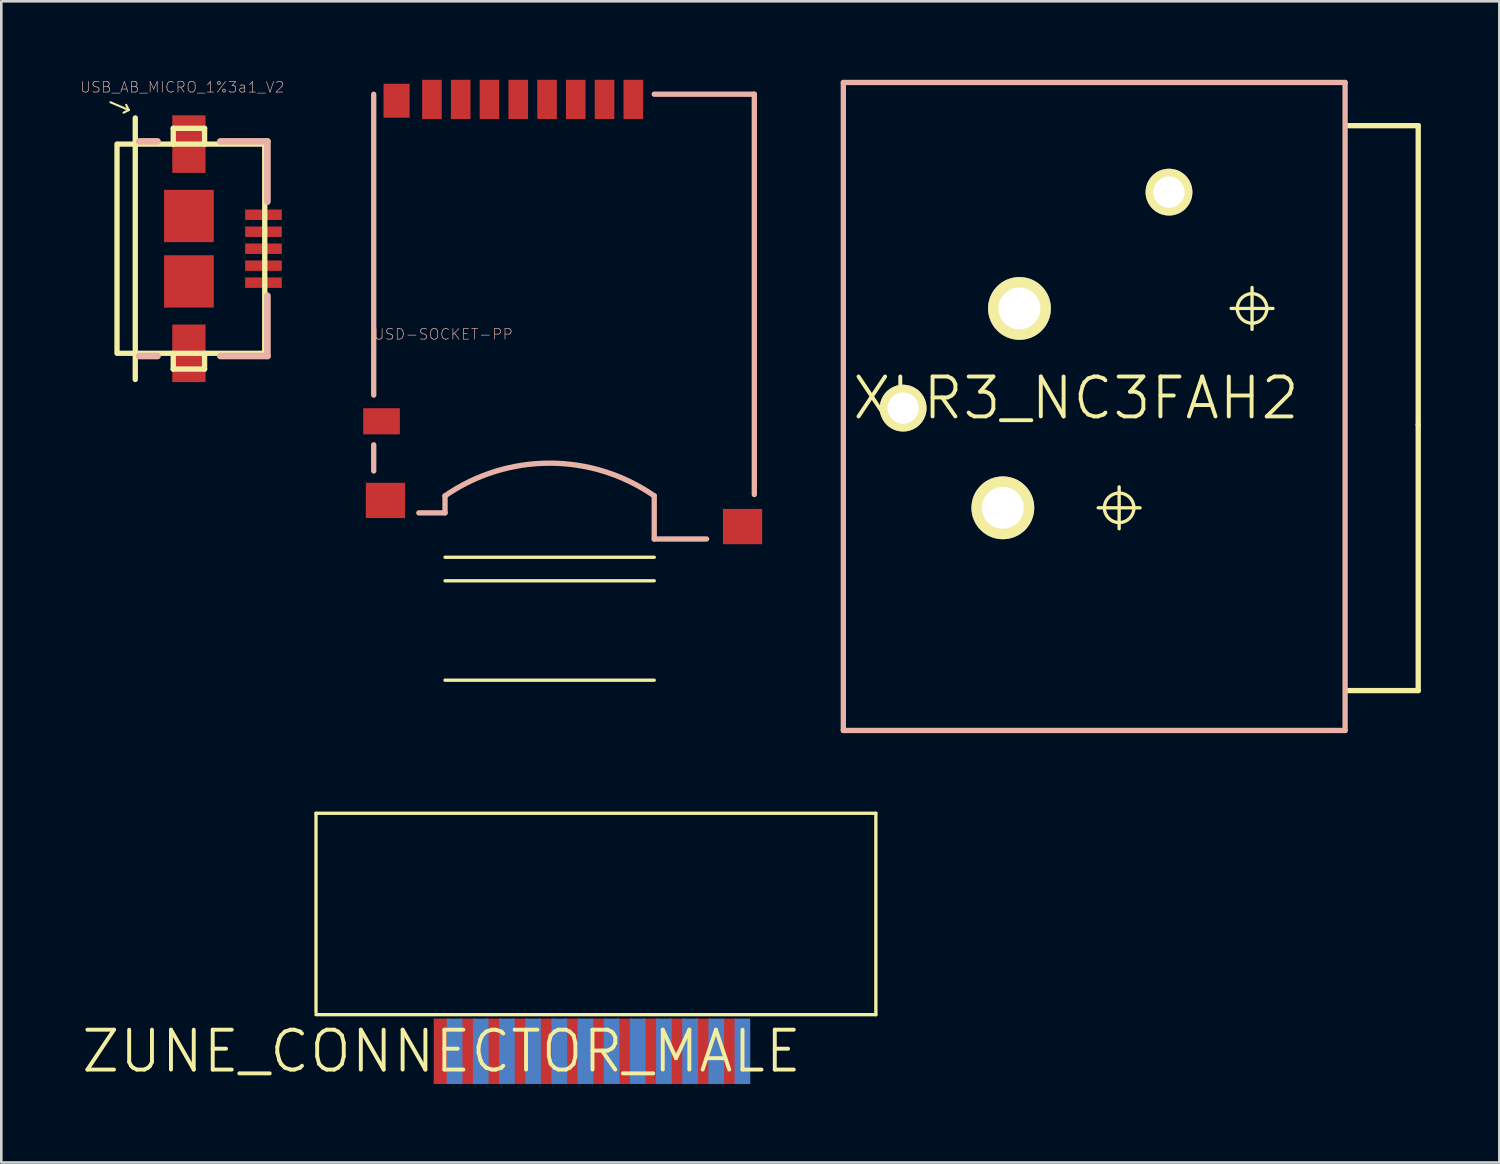
<source format=kicad_pcb>
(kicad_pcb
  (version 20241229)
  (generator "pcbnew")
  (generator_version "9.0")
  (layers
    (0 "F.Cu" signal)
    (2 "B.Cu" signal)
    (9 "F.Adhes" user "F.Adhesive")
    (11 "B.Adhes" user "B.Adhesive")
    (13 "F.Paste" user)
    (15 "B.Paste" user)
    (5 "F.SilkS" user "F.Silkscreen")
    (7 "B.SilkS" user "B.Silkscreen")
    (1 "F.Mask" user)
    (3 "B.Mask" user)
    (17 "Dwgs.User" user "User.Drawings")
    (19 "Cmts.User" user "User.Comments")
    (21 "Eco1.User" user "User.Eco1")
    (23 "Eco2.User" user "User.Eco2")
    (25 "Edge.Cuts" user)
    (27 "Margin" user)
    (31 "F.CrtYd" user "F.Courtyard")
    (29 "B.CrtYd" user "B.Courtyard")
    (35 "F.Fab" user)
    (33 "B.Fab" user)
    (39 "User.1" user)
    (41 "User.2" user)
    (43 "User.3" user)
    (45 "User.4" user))
  (footprint "USD-SOCKET-PP"
    (layer "F.Cu")
    (at 17.956 17.549)
    (property "Reference" "USD-SOCKET-PP" (at -4.064 -7.823 0) (layer "B.SilkS") (effects (font (size 0.406 0.406) (thickness 0.025))))
    (attr smd)
    (fp_line (start 3.998 0.699) (end -3.998 0.699) (stroke (width 0.127) (type solid)) (layer "F.SilkS"))
    (fp_line (start 3.998 1.598) (end -3.998 1.598) (stroke (width 0.127) (type solid)) (layer "F.SilkS"))
    (fp_line (start 3.998 5.397) (end -3.998 5.397) (stroke (width 0.127) (type solid)) (layer "F.SilkS"))
    (fp_line (start -6.723 -5.499) (end -6.723 -16.998) (stroke (width 0.203) (type solid)) (layer "B.SilkS"))
    (fp_line (start -6.723 -3.599) (end -6.723 -2.598) (stroke (width 0.203) (type solid)) (layer "B.SilkS"))
    (fp_line (start -3.998 -1.648) (end -3.998 -0.998) (stroke (width 0.203) (type solid)) (layer "B.SilkS"))
    (fp_line (start -3.998 -0.998) (end -4.999 -0.998) (stroke (width 0.203) (type solid)) (layer "B.SilkS"))
    (fp_line (start 3.998 -16.998) (end 7.823 -16.998) (stroke (width 0.203) (type solid)) (layer "B.SilkS"))
    (fp_line (start 3.998 0) (end 3.998 -1.648) (stroke (width 0.203) (type solid)) (layer "B.SilkS"))
    (fp_line (start 5.999 0) (end 3.998 0) (stroke (width 0.203) (type solid)) (layer "B.SilkS"))
    (fp_line (start 7.823 -16.998) (end 7.823 -1.699) (stroke (width 0.203) (type solid)) (layer "B.SilkS"))
    (fp_arc (start -3.99796 -1.64846) (mid -0.000209 -2.89758) (end 3.997616 -1.648698) (stroke (width 0.2032) (type solid)) (layer "B.SilkS"))
    (pad "1" smd rect (at 3.198 -16.8) (size 0.749 1.499) (layers "F.Cu" "F.Mask" "F.Paste"))
    (pad "2" smd rect (at 2.098 -16.8) (size 0.749 1.499) (layers "F.Cu" "F.Mask" "F.Paste"))
    (pad "3" smd rect (at 0.998 -16.8) (size 0.749 1.499) (layers "F.Cu" "F.Mask" "F.Paste"))
    (pad "4" smd rect (at -0.099 -16.8) (size 0.749 1.499) (layers "F.Cu" "F.Mask" "F.Paste"))
    (pad "5" smd rect (at -1.199 -16.8) (size 0.749 1.499) (layers "F.Cu" "F.Mask" "F.Paste"))
    (pad "6" smd rect (at -2.299 -16.8) (size 0.749 1.499) (layers "F.Cu" "F.Mask" "F.Paste"))
    (pad "7" smd rect (at -3.399 -16.8) (size 0.749 1.499) (layers "F.Cu" "F.Mask" "F.Paste"))
    (pad "8" smd rect (at -4.498 -16.8) (size 0.749 1.499) (layers "F.Cu" "F.Mask" "F.Paste"))
    (pad "CD1" smd rect (at -5.85 -16.749) (size 0.998 1.298) (layers "F.Cu" "F.Mask" "F.Paste"))
    (pad "CD2" smd rect (at -6.424 -4.498) (size 1.4 0.998) (layers "F.Cu" "F.Mask" "F.Paste"))
    (pad "GND1" smd rect (at -6.274 -1.473) (size 1.499 1.349) (layers "F.Cu" "F.Mask" "F.Paste"))
    (pad "GND2" smd rect (at 7.374 -0.475) (size 1.499 1.349) (layers "F.Cu" "F.Mask" "F.Paste")))
  (footprint "XLR3_NC3FAH2"
    (layer "F.Cu")
    (at 38.071 12.167)
    (property "Reference" "XLR3_NC3FAH2" (at 0 0 0) (layer "F.SilkS") (effects (font (size 1.524 1.524) (thickness 0.15))))
    (attr exclude_from_pos_files exclude_from_bom)
    (fp_line (start 0.851 4.191) (end 2.451 4.191) (stroke (width 0.127) (type solid)) (layer "F.SilkS"))
    (fp_line (start 1.651 4.991) (end 1.651 3.391) (stroke (width 0.127) (type solid)) (layer "F.SilkS"))
    (fp_line (start 5.931 -3.429) (end 7.531 -3.429) (stroke (width 0.127) (type solid)) (layer "F.SilkS"))
    (fp_line (start 6.731 -2.629) (end 6.731 -4.229) (stroke (width 0.127) (type solid)) (layer "F.SilkS"))
    (fp_line (start 10.414 11.176) (end 13.081 11.176) (stroke (width 0.203) (type solid)) (layer "F.SilkS"))
    (fp_line (start 13.081 -10.414) (end 10.414 -10.414) (stroke (width 0.203) (type solid)) (layer "F.SilkS"))
    (fp_line (start 13.081 1.016) (end 13.081 -10.414) (stroke (width 0.203) (type solid)) (layer "F.SilkS"))
    (fp_line (start 13.081 11.176) (end 13.081 1.016) (stroke (width 0.203) (type solid)) (layer "F.SilkS"))
    (fp_circle (center 1.651 4.191) (end 2.05 4.59) (stroke (width 0.127) (type solid)) (fill no) (layer "F.SilkS"))
    (fp_circle (center 6.731 -3.429) (end 7.13 -3.828) (stroke (width 0.127) (type solid)) (fill no) (layer "F.SilkS"))
    (fp_line (start -8.89 -12.065) (end -8.89 12.7) (stroke (width 0.203) (type solid)) (layer "B.SilkS"))
    (fp_line (start -8.89 12.7) (end 10.287 12.7) (stroke (width 0.203) (type solid)) (layer "B.SilkS"))
    (fp_line (start 10.287 -12.065) (end -8.89 -12.065) (stroke (width 0.203) (type solid)) (layer "B.SilkS"))
    (fp_line (start 10.287 12.7) (end 10.287 -12.065) (stroke (width 0.203) (type solid)) (layer "B.SilkS"))
    (pad "1" thru_hole circle (at -2.159 -3.429) (size 2.4 2.4) (drill 1.6) (layers "*.Cu" "F.Mask" "F.SilkS" "F.Paste"))
    (pad "2" thru_hole circle (at -2.794 4.191) (size 2.4 2.4) (drill 1.6) (layers "*.Cu" "F.Mask" "F.SilkS" "F.Paste"))
    (pad "3" thru_hole circle (at -6.604 0.381) (size 1.788 1.788) (drill 1.194) (layers "*.Cu" "F.Mask" "F.SilkS" "F.Paste"))
    (pad "G" thru_hole circle (at 3.556 -7.874) (size 1.788 1.788) (drill 1.194) (layers "*.Cu" "F.Mask" "F.SilkS" "F.Paste")))
  (footprint "ZUNE_CONNECTOR_MALE"
    (layer "F.Cu")
    (at 13.825 37.13)
    (property "Reference" "ZUNE_CONNECTOR_MALE" (at 0 0 0) (layer "F.SilkS") (effects (font (size 1.524 1.524) (thickness 0.15))))
    (attr smd)
    (fp_line (start -4.798 -9.098) (end -4.798 -1.499) (stroke (width 0.127) (type solid)) (layer "F.SilkS"))
    (fp_line (start -4.798 -1.4) (end 16.599 -1.4) (stroke (width 0.127) (type solid)) (layer "F.SilkS"))
    (fp_line (start 16.599 -9.098) (end -4.798 -9.098) (stroke (width 0.127) (type solid)) (layer "F.SilkS"))
    (fp_line (start 16.599 -1.4) (end 16.599 -9.098) (stroke (width 0.127) (type solid)) (layer "F.SilkS"))
    (pad "P$1" smd rect (at 0 0 180) (size 0.599 2.499) (layers "F.Cu" "F.Mask" "F.Paste"))
    (pad "P$2" smd rect (at 0.498 0 180) (size 0.599 2.499) (layers "B.Cu" "B.Mask"))
    (pad "P$3" smd rect (at 0.998 0 180) (size 0.599 2.499) (layers "F.Cu" "F.Mask" "F.Paste"))
    (pad "P$4" smd rect (at 1.499 0 180) (size 0.599 2.499) (layers "B.Cu" "B.Mask"))
    (pad "P$5" smd rect (at 1.999 0 180) (size 0.599 2.499) (layers "F.Cu" "F.Mask" "F.Paste"))
    (pad "P$6" smd rect (at 2.499 0 180) (size 0.599 2.499) (layers "B.Cu" "B.Mask"))
    (pad "P$7" smd rect (at 3 0 180) (size 0.599 2.499) (layers "F.Cu" "F.Mask" "F.Paste"))
    (pad "P$8" smd rect (at 3.498 0 180) (size 0.599 2.499) (layers "B.Cu" "B.Mask"))
    (pad "P$9" smd rect (at 3.998 0 180) (size 0.599 2.499) (layers "F.Cu" "F.Mask" "F.Paste"))
    (pad "P$10" smd rect (at 4.498 0 180) (size 0.599 2.499) (layers "B.Cu" "B.Mask"))
    (pad "P$11" smd rect (at 4.999 0 180) (size 0.599 2.499) (layers "F.Cu" "F.Mask" "F.Paste"))
    (pad "P$12" smd rect (at 5.499 0 180) (size 0.599 2.499) (layers "B.Cu" "B.Mask"))
    (pad "P$13" smd rect (at 5.999 0 180) (size 0.599 2.499) (layers "F.Cu" "F.Mask" "F.Paste"))
    (pad "P$14" smd rect (at 6.5 0 180) (size 0.599 2.499) (layers "B.Cu" "B.Mask"))
    (pad "P$15" smd rect (at 6.998 0 180) (size 0.599 2.499) (layers "F.Cu" "F.Mask" "F.Paste"))
    (pad "P$16" smd rect (at 7.498 0 180) (size 0.599 2.499) (layers "B.Cu" "B.Mask"))
    (pad "P$17" smd rect (at 7.998 0 180) (size 0.599 2.499) (layers "F.Cu" "F.Mask" "F.Paste"))
    (pad "P$18" smd rect (at 8.499 0 180) (size 0.599 2.499) (layers "B.Cu" "B.Mask"))
    (pad "P$19" smd rect (at 8.999 0 180) (size 0.599 2.499) (layers "F.Cu" "F.Mask" "F.Paste"))
    (pad "P$20" smd rect (at 9.5 0 180) (size 0.599 2.499) (layers "B.Cu" "B.Mask"))
    (pad "P$21" smd rect (at 10 0 180) (size 0.599 2.499) (layers "F.Cu" "F.Mask" "F.Paste"))
    (pad "P$22" smd rect (at 10.498 0 180) (size 0.599 2.499) (layers "B.Cu" "B.Mask"))
    (pad "P$23" smd rect (at 10.998 0 180) (size 0.599 2.499) (layers "F.Cu" "F.Mask" "F.Paste"))
    (pad "P$24" smd rect (at 11.499 0 180) (size 0.599 2.499) (layers "B.Cu" "B.Mask")))
  (footprint "USB_AB_MICRO_1%3a1_V2"
    (layer "F.Cu")
    (at 4.17 6.455)
    (property "Reference" "USB_AB_MICRO_1%3a1_V2" (at -0.254 -6.172 0) (layer "B.SilkS") (effects (font (size 0.406 0.406) (thickness 0.025))))
    (attr smd)
    (fp_line (start -3 -5.598) (end -2.299 -5.298) (stroke (width 0.079) (type solid)) (layer "F.SilkS"))
    (fp_line (start -2.748 -3.998) (end -2.748 3.998) (stroke (width 0.203) (type solid)) (layer "F.SilkS"))
    (fp_line (start -2.697 -3.998) (end -0.599 -3.998) (stroke (width 0.203) (type solid)) (layer "F.SilkS"))
    (fp_line (start -2.697 3.998) (end 2.898 3.998) (stroke (width 0.203) (type solid)) (layer "F.SilkS"))
    (fp_line (start -2.299 -5.298) (end -2.499 -5.199) (stroke (width 0.079) (type solid)) (layer "F.SilkS"))
    (fp_line (start -2.299 -5.298) (end -2.398 -5.499) (stroke (width 0.079) (type solid)) (layer "F.SilkS"))
    (fp_line (start -2.05 -4.999) (end -2.05 4.999) (stroke (width 0.203) (type solid)) (layer "F.SilkS"))
    (fp_line (start -0.599 -4.6) (end 0.599 -4.6) (stroke (width 0.203) (type solid)) (layer "F.SilkS"))
    (fp_line (start -0.599 -3.998) (end -0.599 -4.6) (stroke (width 0.203) (type solid)) (layer "F.SilkS"))
    (fp_line (start -0.599 -3.998) (end 0.599 -3.998) (stroke (width 0.203) (type solid)) (layer "F.SilkS"))
    (fp_line (start -0.599 4.6) (end -0.599 3.998) (stroke (width 0.203) (type solid)) (layer "F.SilkS"))
    (fp_line (start 0.599 -4.6) (end 0.599 -3.998) (stroke (width 0.203) (type solid)) (layer "F.SilkS"))
    (fp_line (start 0.599 -3.998) (end 2.898 -3.998) (stroke (width 0.203) (type solid)) (layer "F.SilkS"))
    (fp_line (start 0.599 3.998) (end 0.599 4.6) (stroke (width 0.203) (type solid)) (layer "F.SilkS"))
    (fp_line (start 0.599 4.6) (end -0.599 4.6) (stroke (width 0.203) (type solid)) (layer "F.SilkS"))
    (fp_line (start 2.898 -3.998) (end 2.898 3.998) (stroke (width 0.203) (type solid)) (layer "F.SilkS"))
    (fp_line (start -1.199 -4.1) (end -1.9 -4.1) (stroke (width 0.254) (type solid)) (layer "B.SilkS"))
    (fp_line (start -1.199 4.1) (end -1.9 4.1) (stroke (width 0.254) (type solid)) (layer "B.SilkS"))
    (fp_line (start 1.199 -4.1) (end 3 -4.1) (stroke (width 0.254) (type solid)) (layer "B.SilkS"))
    (fp_line (start 3 -4.1) (end 3 -1.798) (stroke (width 0.254) (type solid)) (layer "B.SilkS"))
    (fp_line (start 3 1.798) (end 3 4.1) (stroke (width 0.254) (type solid)) (layer "B.SilkS"))
    (fp_line (start 3 4.1) (end 1.199 4.1) (stroke (width 0.254) (type solid)) (layer "B.SilkS"))
    (pad "D+" smd rect (at 2.85 0 90) (size 0.399 1.4) (layers "F.Cu" "F.Mask" "F.Paste"))
    (pad "D-" smd rect (at 2.85 -0.648 90) (size 0.399 1.4) (layers "F.Cu" "F.Mask" "F.Paste"))
    (pad "GND" smd rect (at 2.85 1.298 90) (size 0.399 1.4) (layers "F.Cu" "F.Mask" "F.Paste"))
    (pad "ID" smd rect (at 2.85 0.648 90) (size 0.399 1.4) (layers "F.Cu" "F.Mask" "F.Paste"))
    (pad "SHIE" smd rect (at 0 -3.998 90) (size 2.2 1.27) (layers "F.Cu" "F.Mask" "F.Paste"))
    (pad "SHIE" smd rect (at 0 -1.25 90) (size 1.999 1.9) (layers "F.Cu" "F.Mask" "F.Paste"))
    (pad "SHIE" smd rect (at 0 1.25 90) (size 1.999 1.9) (layers "F.Cu" "F.Mask" "F.Paste"))
    (pad "SHIE" smd rect (at 0 3.998 90) (size 2.2 1.27) (layers "F.Cu" "F.Mask" "F.Paste"))
    (pad "VBUS" smd rect (at 2.85 -1.298 90) (size 0.399 1.4) (layers "F.Cu" "F.Mask" "F.Paste")))
  (gr_rect
    (start -3 -3)
    (end 54.253 41.38)
    (stroke (width 0.1) (type default))
    (fill no)
    (layer "Edge.Cuts")))
</source>
